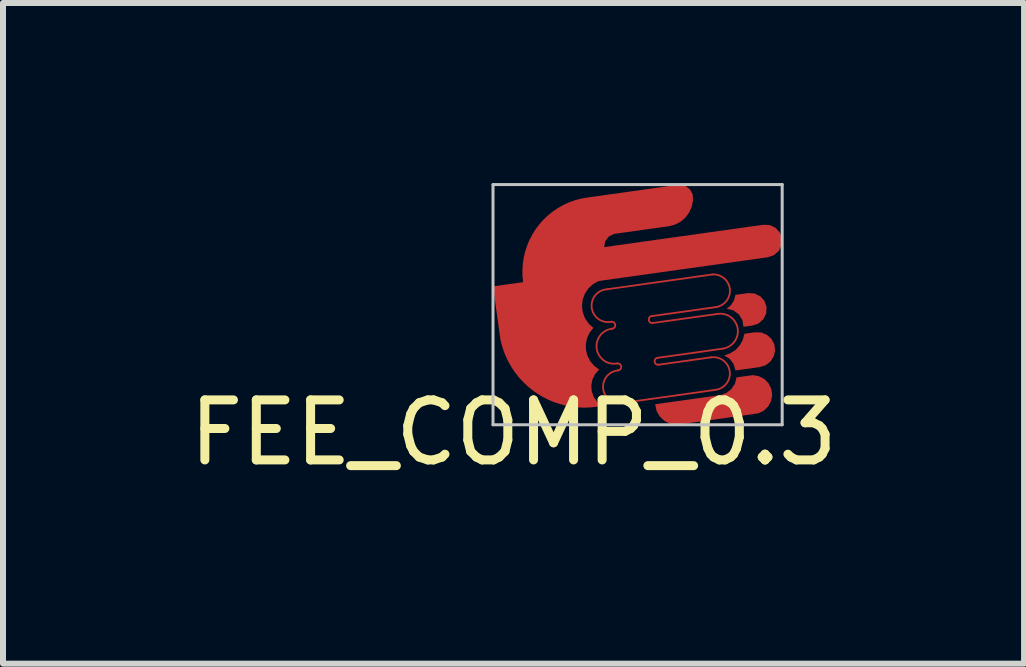
<source format=kicad_pcb>
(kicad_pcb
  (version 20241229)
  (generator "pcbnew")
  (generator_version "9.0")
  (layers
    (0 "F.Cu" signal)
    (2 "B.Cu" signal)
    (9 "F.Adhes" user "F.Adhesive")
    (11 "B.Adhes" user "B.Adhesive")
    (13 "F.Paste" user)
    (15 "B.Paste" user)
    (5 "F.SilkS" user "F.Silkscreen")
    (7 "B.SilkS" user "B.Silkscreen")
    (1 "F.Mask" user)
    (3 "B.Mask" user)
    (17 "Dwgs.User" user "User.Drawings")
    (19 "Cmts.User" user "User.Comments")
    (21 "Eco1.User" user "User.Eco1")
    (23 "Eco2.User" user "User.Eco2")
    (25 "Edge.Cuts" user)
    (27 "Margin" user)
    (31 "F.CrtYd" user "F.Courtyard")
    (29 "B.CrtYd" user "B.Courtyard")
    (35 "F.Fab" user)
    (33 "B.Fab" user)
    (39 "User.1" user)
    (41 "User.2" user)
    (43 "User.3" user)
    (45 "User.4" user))
  (footprint "FEE_COMP_0.3"
    (placed yes)
    (layer "F.Cu")
    (at 5.506 4.158)
    (property "Reference" "FEE_COMP_0.3" (at 0 0 0) (layer "F.SilkS") (effects (font (size 1 1) (thickness 0.15))))
    (attr through_hole)
    (fp_line (start 1.554 -2.388) (end 3.311 -2.635) (stroke (width 0.03) (type solid)) (layer "F.Cu"))
    (fp_line (start 2.322 -1.827) (end 3.404 -1.979) (stroke (width 0.03) (type solid)) (layer "F.Cu"))
    (fp_line (start 2.42 -1.132) (end 3.289 -1.254) (stroke (width 0.03) (type solid)) (layer "F.Cu"))
    (fp_line (start 3.365 -0.713) (end 1.82 -0.496) (stroke (width 0.03) (type solid)) (layer "F.Cu"))
    (fp_line (start 3.387 -2.094) (end 2.306 -1.942) (stroke (width 0.03) (type solid)) (layer "F.Cu"))
    (fp_line (start 3.485 -1.399) (end 2.404 -1.247) (stroke (width 0.03) (type solid)) (layer "F.Cu"))
    (fp_arc (start 1.630386 -1.847496) (mid 1.302595 -2.07706) (end 1.55442 -2.388075) (stroke (width 0.03) (type solid)) (layer "F.Cu"))
    (fp_arc (start 1.630387 -1.847497) (mid 1.695049 -1.797519) (end 1.646664 -1.731657) (stroke (width 0.03) (type solid)) (layer "F.Cu"))
    (fp_arc (start 1.728057 -1.152468) (mid 1.384488 -1.3995) (end 1.646665 -1.731656) (stroke (width 0.03) (type solid)) (layer "F.Cu"))
    (fp_arc (start 1.728057 -1.152468) (mid 1.793589 -1.102613) (end 1.744335 -1.036629) (stroke (width 0.03) (type solid)) (layer "F.Cu"))
    (fp_arc (start 1.820301 -0.49605) (mid 1.494271 -0.725861) (end 1.744335 -1.036629) (stroke (width 0.03) (type solid)) (layer "F.Cu"))
    (fp_arc (start 2.322391 -1.826616) (mid 2.25251 -1.875859) (end 2.306112 -1.942455) (stroke (width 0.03) (type solid)) (layer "F.Cu"))
    (fp_arc (start 2.420062 -1.131588) (mid 2.350181 -1.180831) (end 2.403783 -1.247427) (stroke (width 0.03) (type solid)) (layer "F.Cu"))
    (fp_arc (start 3.288846 -1.253676) (mid 3.602432 -1.022116) (end 3.364811 -0.713097) (stroke (width 0.03) (type solid)) (layer "F.Cu"))
    (fp_arc (start 3.311301 -2.634966) (mid 3.602824 -2.400306) (end 3.387268 -2.094387) (stroke (width 0.03) (type solid)) (layer "F.Cu"))
    (fp_arc (start 3.403545 -1.978548) (mid 3.735142 -1.729833) (end 3.484939 -1.399358) (stroke (width 0.03) (type solid)) (layer "F.Cu"))
    (fp_poly (pts (xy 3.831 -1.763) (xy 3.813 -1.875) (xy 3.753 -1.971) (xy 3.661 -2.038) (xy 3.551 -2.063) (xy 3.622 -2.124) (xy 3.673 -2.204) (xy 3.697 -2.295) (xy 3.906 -2.325) (xy 4.013 -2.319) (xy 4.11 -2.273) (xy 4.181 -2.194) (xy 4.216 -2.093) (xy 4.21 -1.986) (xy 4.163 -1.89) (xy 4.083 -1.819) (xy 3.982 -1.784) (xy 3.831 -1.763)) (stroke (width 0) (type solid)) (fill yes) (layer "F.Cu"))
    (fp_poly (pts (xy 3.698 -1.036) (xy 3.668 -1.141) (xy 3.602 -1.229) (xy 3.51 -1.287) (xy 3.609 -1.321) (xy 3.698 -1.377) (xy 3.769 -1.454) (xy 3.82 -1.546) (xy 3.847 -1.647) (xy 4.022 -1.672) (xy 4.125 -1.669) (xy 4.219 -1.631) (xy 4.296 -1.563) (xy 4.344 -1.473) (xy 4.358 -1.372) (xy 4.336 -1.272) (xy 4.282 -1.186) (xy 4.201 -1.123) (xy 4.104 -1.093) (xy 3.698 -1.036)) (stroke (width 0) (type solid)) (fill yes) (layer "F.Cu"))
    (fp_poly (pts (xy 2.36 -0.473) (xy 3.441 -0.625) (xy 3.544 -0.659) (xy 3.629 -0.725) (xy 3.689 -0.815) (xy 3.715 -0.92) (xy 3.985 -0.958) (xy 4.086 -0.941) (xy 4.178 -0.894) (xy 4.25 -0.821) (xy 4.295 -0.728) (xy 4.309 -0.627) (xy 4.291 -0.525) (xy 4.242 -0.435) (xy 4.167 -0.364) (xy 4.074 -0.321) (xy 2.723 -0.131) (xy 2.614 -0.146) (xy 2.515 -0.194) (xy 2.435 -0.27) (xy 2.382 -0.366) (xy 2.36 -0.473)) (stroke (width 0) (type solid)) (fill yes) (layer "F.Cu"))
    (fp_poly (pts (xy -0.218 -1.548) (xy -0.342 -2.437) (xy 0.16 -2.507) (xy 0.149 -2.61) (xy 0.148 -2.713) (xy 0.155 -2.816) (xy 0.17 -2.918) (xy 0.194 -3.018) (xy 0.226 -3.116) (xy 0.266 -3.211) (xy 0.314 -3.303) (xy 0.369 -3.39) (xy 0.431 -3.472) (xy 0.499 -3.549) (xy 0.574 -3.62) (xy 0.654 -3.685) (xy 0.74 -3.742) (xy 0.83 -3.793) (xy 0.924 -3.836) (xy 1.021 -3.871) (xy 1.12 -3.898) (xy 1.222 -3.916) (xy 2.766 -4.133) (xy 2.861 -4.112) (xy 2.939 -4.053) (xy 2.986 -3.967) (xy 2.989 -3.863) (xy 2.968 -3.76) (xy 2.925 -3.665) (xy 2.862 -3.581) (xy 2.782 -3.513) (xy 2.689 -3.465) (xy 2.588 -3.439) (xy 1.676 -3.311) (xy 1.587 -3.267) (xy 1.527 -3.188) (xy 1.51 -3.091) (xy 4.16 -3.463) (xy 4.267 -3.459) (xy 4.365 -3.413) (xy 4.437 -3.333) (xy 4.473 -3.231) (xy 4.467 -3.124) (xy 4.419 -3.027) (xy 4.338 -2.956) (xy 4.236 -2.922) (xy 1.417 -2.526) (xy 1.324 -2.474) (xy 1.247 -2.402) (xy 1.188 -2.314) (xy 1.152 -2.214) (xy 1.14 -2.109) (xy 1.153 -2.004) (xy 1.191 -1.905) (xy 1.251 -1.817) (xy 1.33 -1.746) (xy 1.268 -1.666) (xy 1.225 -1.575) (xy 1.205 -1.476) (xy 1.207 -1.375) (xy 1.233 -1.277) (xy 1.28 -1.187) (xy 1.346 -1.111) (xy 1.427 -1.051) (xy 1.36 -0.976) (xy 1.315 -0.887) (xy 1.296 -0.788) (xy 1.303 -0.688) (xy 1.337 -0.593) (xy 1.395 -0.511) (xy 1.473 -0.447) (xy 1.372 -0.43) (xy 1.271 -0.419) (xy 1.169 -0.416) (xy 1.068 -0.421) (xy 0.966 -0.432) (xy 0.866 -0.451) (xy 0.768 -0.477) (xy 0.671 -0.509) (xy 0.577 -0.549) (xy 0.487 -0.595) (xy 0.399 -0.648) (xy 0.316 -0.706) (xy 0.237 -0.771) (xy 0.163 -0.84) (xy 0.094 -0.915) (xy 0.031 -0.995) (xy -0.027 -1.079) (xy -0.078 -1.167) (xy -0.123 -1.258) (xy -0.162 -1.353) (xy -0.193 -1.45) (xy -0.218 -1.548)) (stroke (width 0) (type solid)) (fill yes) (layer "F.Cu"))
    (fp_line (start -0.342 -4.133) (end 4.476 -4.133) (stroke (width 0.05) (type solid)) (layer "Dwgs.User"))
    (fp_line (start -0.342 -0.131) (end -0.342 -4.133) (stroke (width 0.05) (type solid)) (layer "Dwgs.User"))
    (fp_line (start 4.476 -4.133) (end 4.476 -0.131) (stroke (width 0.05) (type solid)) (layer "Dwgs.User"))
    (fp_line (start 4.476 -0.131) (end -0.342 -0.131) (stroke (width 0.05) (type solid)) (layer "Dwgs.User")))
  (gr_rect
    (start -3 -3)
    (end 14.012 8.007)
    (stroke (width 0.1) (type default))
    (fill no)
    (layer "Edge.Cuts")))
</source>
